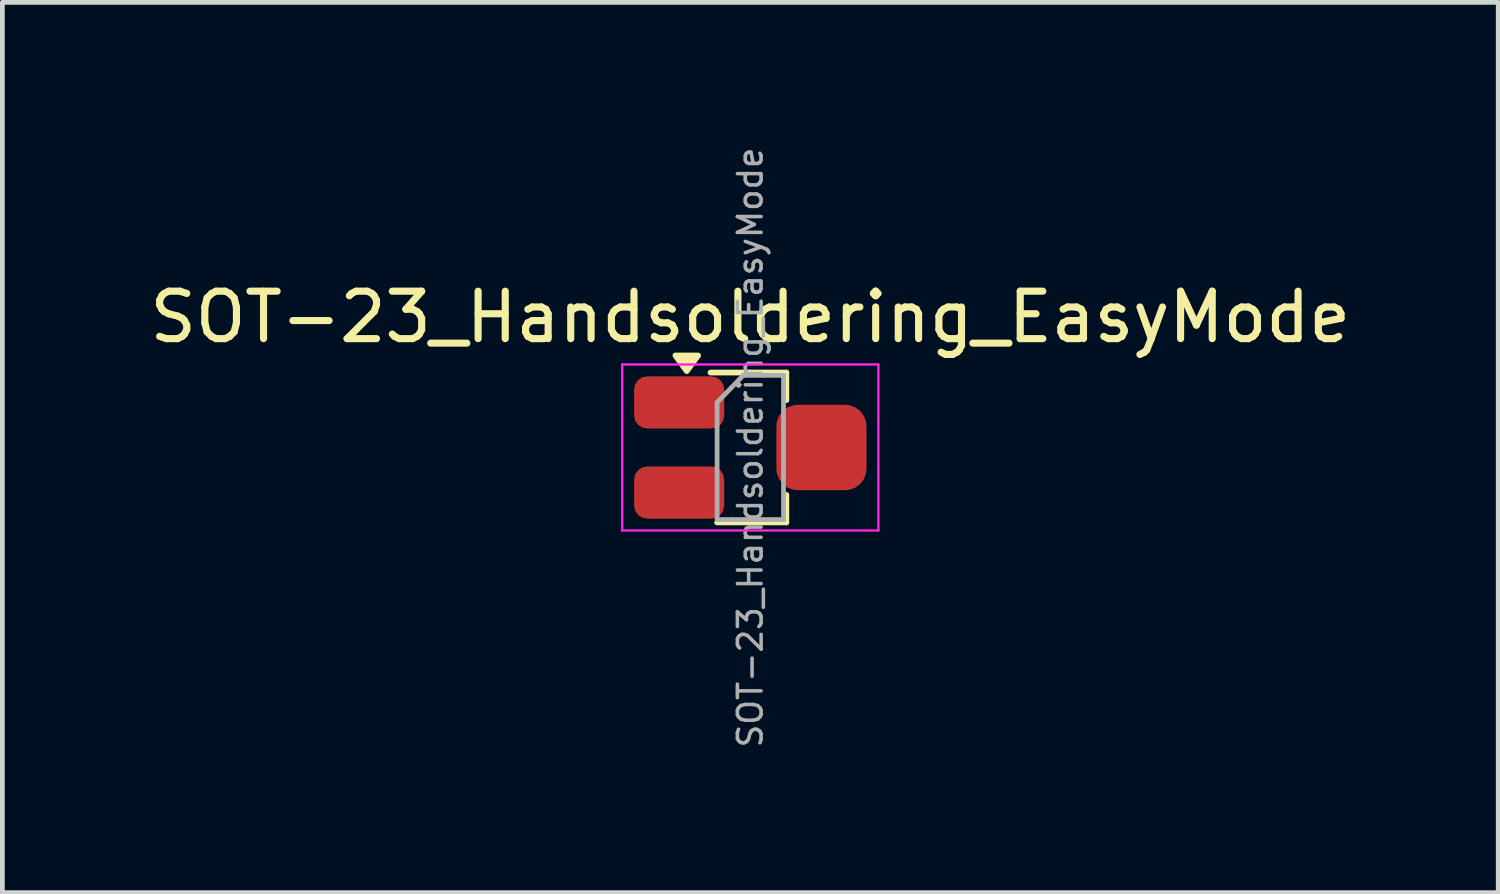
<source format=kicad_pcb>
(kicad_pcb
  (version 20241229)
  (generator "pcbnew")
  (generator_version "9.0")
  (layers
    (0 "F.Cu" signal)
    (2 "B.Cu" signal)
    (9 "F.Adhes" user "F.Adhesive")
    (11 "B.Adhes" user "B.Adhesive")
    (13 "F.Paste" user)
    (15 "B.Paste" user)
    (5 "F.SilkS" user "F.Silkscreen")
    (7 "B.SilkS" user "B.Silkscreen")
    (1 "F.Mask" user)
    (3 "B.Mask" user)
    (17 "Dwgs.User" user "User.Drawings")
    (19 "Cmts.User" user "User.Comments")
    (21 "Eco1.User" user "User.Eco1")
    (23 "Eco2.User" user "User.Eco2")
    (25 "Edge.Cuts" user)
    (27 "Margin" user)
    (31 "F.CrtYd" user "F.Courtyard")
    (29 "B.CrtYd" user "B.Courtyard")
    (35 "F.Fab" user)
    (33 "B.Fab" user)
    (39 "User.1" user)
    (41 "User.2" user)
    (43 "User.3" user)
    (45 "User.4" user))
  (footprint "SOT-23_Handsoldering_EasyMode"
    (layer "F.Cu")
    (at 12.768 6.384)
    (property "Reference" "SOT-23_Handsoldering_EasyMode" (at 0 -2.75 0) (layer "F.SilkS") (effects (font (size 1 1) (thickness 0.15))))
    (attr smd)
    (fp_line (start -0.04 -1.58) (end -0.84 -1.58) (stroke (width 0.12) (type solid)) (layer "F.SilkS"))
    (fp_line (start -0.04 -1.58) (end 0.76 -1.58) (stroke (width 0.12) (type solid)) (layer "F.SilkS"))
    (fp_line (start 0.76 -1.58) (end 0.76 -1) (stroke (width 0.12) (type solid)) (layer "F.SilkS"))
    (fp_line (start 0.76 1.58) (end -0.7 1.58) (stroke (width 0.12) (type solid)) (layer "F.SilkS"))
    (fp_line (start 0.76 1.58) (end 0.76 1) (stroke (width 0.12) (type solid)) (layer "F.SilkS"))
    (fp_poly (pts (xy -1.34 -1.61) (xy -1.58 -1.94) (xy -1.1 -1.94) (xy -1.34 -1.61)) (stroke (width 0.12) (type solid)) (fill yes) (layer "F.SilkS"))
    (fp_line (start -2.7 -1.75) (end 2.7 -1.75) (stroke (width 0.05) (type solid)) (layer "F.CrtYd"))
    (fp_line (start -2.7 1.75) (end -2.7 -1.75) (stroke (width 0.05) (type solid)) (layer "F.CrtYd"))
    (fp_line (start 2.7 -1.75) (end 2.7 1.75) (stroke (width 0.05) (type solid)) (layer "F.CrtYd"))
    (fp_line (start 2.7 1.75) (end -2.7 1.75) (stroke (width 0.05) (type solid)) (layer "F.CrtYd"))
    (fp_line (start -0.7 -0.95) (end -0.7 1.5) (stroke (width 0.1) (type solid)) (layer "F.Fab"))
    (fp_line (start -0.7 -0.95) (end -0.15 -1.52) (stroke (width 0.1) (type solid)) (layer "F.Fab"))
    (fp_line (start -0.7 1.52) (end 0.7 1.52) (stroke (width 0.1) (type solid)) (layer "F.Fab"))
    (fp_line (start -0.15 -1.52) (end 0.7 -1.52) (stroke (width 0.1) (type solid)) (layer "F.Fab"))
    (fp_line (start 0.7 -1.52) (end 0.7 1.52) (stroke (width 0.1) (type solid)) (layer "F.Fab"))
    (fp_text user "${REFERENCE}" (at 0 0 90) (layer "F.Fab") (effects (font (size 0.5 0.5) (thickness 0.075))))
    (pad "1" smd roundrect (at -1.5 -0.95) (size 1.9 1.1) (layers "F.Cu" "F.Mask" "F.Paste") (roundrect_rratio 0.25))
    (pad "2" smd roundrect (at -1.5 0.95) (size 1.9 1.1) (layers "F.Cu" "F.Mask" "F.Paste") (roundrect_rratio 0.25))
    (pad "3" smd roundrect (at 1.5 0) (size 1.9 1.8) (layers "F.Cu" "F.Mask" "F.Paste") (roundrect_rratio 0.25)))
  (gr_rect
    (start -3 -3)
    (end 28.536 15.768)
    (stroke (width 0.1) (type default))
    (fill no)
    (layer "Edge.Cuts")))
</source>
